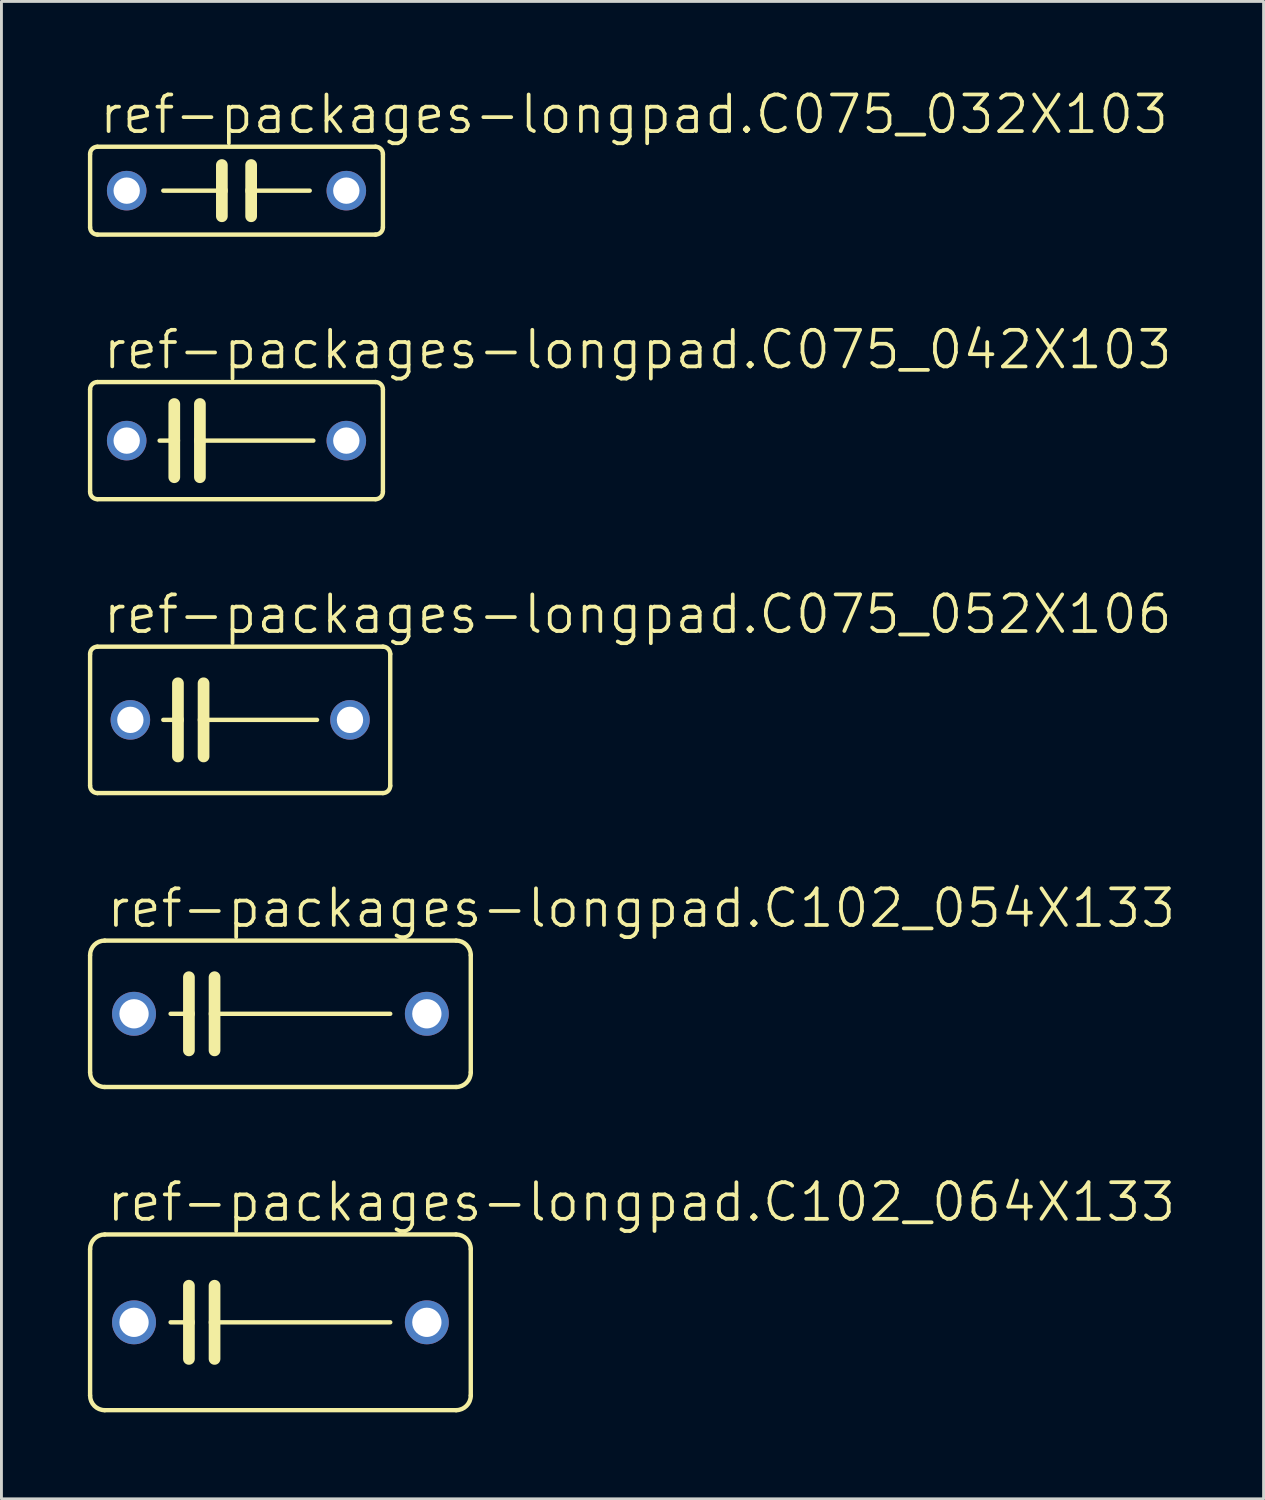
<source format=kicad_pcb>
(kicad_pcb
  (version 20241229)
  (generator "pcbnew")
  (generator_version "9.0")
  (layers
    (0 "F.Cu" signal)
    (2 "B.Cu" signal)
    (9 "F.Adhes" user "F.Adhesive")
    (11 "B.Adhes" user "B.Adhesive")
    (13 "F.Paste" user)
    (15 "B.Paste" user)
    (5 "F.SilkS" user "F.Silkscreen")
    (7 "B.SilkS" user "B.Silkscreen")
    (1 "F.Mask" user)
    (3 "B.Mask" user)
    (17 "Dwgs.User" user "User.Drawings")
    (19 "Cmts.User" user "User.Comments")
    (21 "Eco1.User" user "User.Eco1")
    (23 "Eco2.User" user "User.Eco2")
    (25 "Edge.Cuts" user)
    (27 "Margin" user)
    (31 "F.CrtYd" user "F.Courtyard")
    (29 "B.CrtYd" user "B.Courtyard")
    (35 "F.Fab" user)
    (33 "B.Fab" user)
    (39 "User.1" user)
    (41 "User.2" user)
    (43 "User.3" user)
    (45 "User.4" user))
  (footprint "ref-packages-longpad.C102_054X133"
    (layer "F.Cu")
    (at 6.68 32.125)
    (property "Reference" "ref-packages-longpad.C102_054X133" (at -6.096 -2.921 0) (layer "F.SilkS") (effects (font (size 1.27 1.27) (thickness 0.13)) (justify left bottom)))
    (attr through_hole)
    (fp_line (start -6.604 2.032) (end -6.604 -2.032) (stroke (width 0.152) (type default)) (layer "F.SilkS"))
    (fp_line (start -6.096 -2.54) (end 6.096 -2.54) (stroke (width 0.152) (type default)) (layer "F.SilkS"))
    (fp_line (start -3.81 0) (end -3.175 0) (stroke (width 0.152) (type default)) (layer "F.SilkS"))
    (fp_line (start -3.175 -1.27) (end -3.175 0) (stroke (width 0.406) (type default)) (layer "F.SilkS"))
    (fp_line (start -3.175 0) (end -3.175 1.27) (stroke (width 0.406) (type default)) (layer "F.SilkS"))
    (fp_line (start -2.286 -1.27) (end -2.286 0) (stroke (width 0.406) (type default)) (layer "F.SilkS"))
    (fp_line (start -2.286 0) (end -2.286 1.27) (stroke (width 0.406) (type default)) (layer "F.SilkS"))
    (fp_line (start 3.81 0) (end -2.286 0) (stroke (width 0.152) (type default)) (layer "F.SilkS"))
    (fp_line (start 6.096 2.54) (end -6.096 2.54) (stroke (width 0.152) (type default)) (layer "F.SilkS"))
    (fp_line (start 6.604 -2.032) (end 6.604 2.032) (stroke (width 0.152) (type default)) (layer "F.SilkS"))
    (fp_arc (start -6.604 -2.032) (mid -6.45521 -2.39121) (end -6.096 -2.54) (stroke (width 0.1524) (type default)) (layer "F.SilkS"))
    (fp_arc (start -6.096 2.54) (mid -6.45521 2.39121) (end -6.604 2.032) (stroke (width 0.1524) (type default)) (layer "F.SilkS"))
    (fp_arc (start 6.096 -2.54) (mid 6.45521 -2.39121) (end 6.604 -2.032) (stroke (width 0.1524) (type default)) (layer "F.SilkS"))
    (fp_arc (start 6.604 2.032) (mid 6.45521 2.39121) (end 6.096 2.54) (stroke (width 0.1524) (type default)) (layer "F.SilkS"))
    (pad "1" thru_hole circle (at -5.08 0) (size 1.524 1.524) (drill 1.016) (layers "*.Cu" "*.Mask"))
    (pad "2" thru_hole circle (at 5.08 0) (size 1.524 1.524) (drill 1.016) (layers "*.Cu" "*.Mask")))
  (footprint "ref-packages-longpad.C102_064X133"
    (layer "F.Cu")
    (at 6.68 42.83)
    (property "Reference" "ref-packages-longpad.C102_064X133" (at -6.096 -3.429 0) (layer "F.SilkS") (effects (font (size 1.27 1.27) (thickness 0.13)) (justify left bottom)))
    (attr through_hole)
    (fp_line (start -6.604 2.54) (end -6.604 -2.54) (stroke (width 0.152) (type default)) (layer "F.SilkS"))
    (fp_line (start -6.096 -3.048) (end 6.096 -3.048) (stroke (width 0.152) (type default)) (layer "F.SilkS"))
    (fp_line (start -3.81 0) (end -3.175 0) (stroke (width 0.152) (type default)) (layer "F.SilkS"))
    (fp_line (start -3.175 -1.27) (end -3.175 0) (stroke (width 0.406) (type default)) (layer "F.SilkS"))
    (fp_line (start -3.175 0) (end -3.175 1.27) (stroke (width 0.406) (type default)) (layer "F.SilkS"))
    (fp_line (start -2.286 -1.27) (end -2.286 0) (stroke (width 0.406) (type default)) (layer "F.SilkS"))
    (fp_line (start -2.286 0) (end -2.286 1.27) (stroke (width 0.406) (type default)) (layer "F.SilkS"))
    (fp_line (start 3.81 0) (end -2.286 0) (stroke (width 0.152) (type default)) (layer "F.SilkS"))
    (fp_line (start 6.096 3.048) (end -6.096 3.048) (stroke (width 0.152) (type default)) (layer "F.SilkS"))
    (fp_line (start 6.604 -2.54) (end 6.604 2.54) (stroke (width 0.152) (type default)) (layer "F.SilkS"))
    (fp_arc (start -6.604 -2.54) (mid -6.45521 -2.89921) (end -6.096 -3.048) (stroke (width 0.1524) (type default)) (layer "F.SilkS"))
    (fp_arc (start -6.096 3.048) (mid -6.45521 2.89921) (end -6.604 2.54) (stroke (width 0.1524) (type default)) (layer "F.SilkS"))
    (fp_arc (start 6.096 -3.048) (mid 6.45521 -2.89921) (end 6.604 -2.54) (stroke (width 0.1524) (type default)) (layer "F.SilkS"))
    (fp_arc (start 6.604 2.54) (mid 6.45521 2.89921) (end 6.096 3.048) (stroke (width 0.1524) (type default)) (layer "F.SilkS"))
    (pad "1" thru_hole circle (at -5.08 0) (size 1.524 1.524) (drill 1.016) (layers "*.Cu" "*.Mask"))
    (pad "2" thru_hole circle (at 5.08 0) (size 1.524 1.524) (drill 1.016) (layers "*.Cu" "*.Mask")))
  (footprint "ref-packages-longpad.C075_052X106"
    (layer "F.Cu")
    (at 5.283 21.927)
    (property "Reference" "ref-packages-longpad.C075_052X106" (at -4.826 -2.921 0) (layer "F.SilkS") (effects (font (size 1.27 1.27) (thickness 0.13)) (justify left bottom)))
    (attr through_hole)
    (fp_line (start -5.207 -2.286) (end -5.207 2.286) (stroke (width 0.152) (type default)) (layer "F.SilkS"))
    (fp_line (start -4.953 2.54) (end 4.953 2.54) (stroke (width 0.152) (type default)) (layer "F.SilkS"))
    (fp_line (start -2.667 0) (end -2.159 0) (stroke (width 0.152) (type default)) (layer "F.SilkS"))
    (fp_line (start -2.159 -1.27) (end -2.159 0) (stroke (width 0.406) (type default)) (layer "F.SilkS"))
    (fp_line (start -2.159 0) (end -2.159 1.27) (stroke (width 0.406) (type default)) (layer "F.SilkS"))
    (fp_line (start -1.27 -1.27) (end -1.27 0) (stroke (width 0.406) (type default)) (layer "F.SilkS"))
    (fp_line (start -1.27 0) (end -1.27 1.27) (stroke (width 0.406) (type default)) (layer "F.SilkS"))
    (fp_line (start -1.27 0) (end 2.667 0) (stroke (width 0.152) (type default)) (layer "F.SilkS"))
    (fp_line (start 4.953 -2.54) (end -4.953 -2.54) (stroke (width 0.152) (type default)) (layer "F.SilkS"))
    (fp_line (start 5.207 2.286) (end 5.207 -2.286) (stroke (width 0.152) (type default)) (layer "F.SilkS"))
    (fp_arc (start -5.207 -2.286) (mid -5.132605 -2.465605) (end -4.953 -2.54) (stroke (width 0.1524) (type default)) (layer "F.SilkS"))
    (fp_arc (start -4.953 2.54) (mid -5.132605 2.465605) (end -5.207 2.286) (stroke (width 0.1524) (type default)) (layer "F.SilkS"))
    (fp_arc (start 4.953 -2.54) (mid 5.132605 -2.465605) (end 5.207 -2.286) (stroke (width 0.1524) (type default)) (layer "F.SilkS"))
    (fp_arc (start 5.207 2.286) (mid 5.132605 2.465605) (end 4.953 2.54) (stroke (width 0.1524) (type default)) (layer "F.SilkS"))
    (pad "1" thru_hole circle (at -3.81 0) (size 1.372 1.372) (drill 0.914) (layers "*.Cu" "*.Mask"))
    (pad "2" thru_hole circle (at 3.81 0) (size 1.372 1.372) (drill 0.914) (layers "*.Cu" "*.Mask")))
  (footprint "ref-packages-longpad.C075_042X103"
    (layer "F.Cu")
    (at 5.156 12.238)
    (property "Reference" "ref-packages-longpad.C075_042X103" (at -4.699 -2.413 0) (layer "F.SilkS") (effects (font (size 1.27 1.27) (thickness 0.13)) (justify left bottom)))
    (attr through_hole)
    (fp_line (start -5.08 -1.778) (end -5.08 1.778) (stroke (width 0.152) (type default)) (layer "F.SilkS"))
    (fp_line (start -4.826 2.032) (end 4.826 2.032) (stroke (width 0.152) (type default)) (layer "F.SilkS"))
    (fp_line (start -2.667 0) (end -2.159 0) (stroke (width 0.152) (type default)) (layer "F.SilkS"))
    (fp_line (start -2.159 -1.27) (end -2.159 0) (stroke (width 0.406) (type default)) (layer "F.SilkS"))
    (fp_line (start -2.159 0) (end -2.159 1.27) (stroke (width 0.406) (type default)) (layer "F.SilkS"))
    (fp_line (start -1.27 -1.27) (end -1.27 0) (stroke (width 0.406) (type default)) (layer "F.SilkS"))
    (fp_line (start -1.27 0) (end -1.27 1.27) (stroke (width 0.406) (type default)) (layer "F.SilkS"))
    (fp_line (start -1.27 0) (end 2.667 0) (stroke (width 0.152) (type default)) (layer "F.SilkS"))
    (fp_line (start 4.826 -2.032) (end -4.826 -2.032) (stroke (width 0.152) (type default)) (layer "F.SilkS"))
    (fp_line (start 5.08 1.778) (end 5.08 -1.778) (stroke (width 0.152) (type default)) (layer "F.SilkS"))
    (fp_arc (start -5.08 -1.778) (mid -5.005605 -1.957605) (end -4.826 -2.032) (stroke (width 0.1524) (type default)) (layer "F.SilkS"))
    (fp_arc (start -4.826 2.032) (mid -5.005605 1.957605) (end -5.08 1.778) (stroke (width 0.1524) (type default)) (layer "F.SilkS"))
    (fp_arc (start 4.826 -2.032) (mid 5.005605 -1.957605) (end 5.08 -1.778) (stroke (width 0.1524) (type default)) (layer "F.SilkS"))
    (fp_arc (start 5.08 1.778) (mid 5.005605 1.957605) (end 4.826 2.032) (stroke (width 0.1524) (type default)) (layer "F.SilkS"))
    (pad "1" thru_hole circle (at -3.81 0) (size 1.372 1.372) (drill 0.914) (layers "*.Cu" "*.Mask"))
    (pad "2" thru_hole circle (at 3.81 0) (size 1.372 1.372) (drill 0.914) (layers "*.Cu" "*.Mask")))
  (footprint "ref-packages-longpad.C075_032X103"
    (layer "F.Cu")
    (at 5.156 3.565)
    (property "Reference" "ref-packages-longpad.C075_032X103" (at -4.826 -1.905 0) (layer "F.SilkS") (effects (font (size 1.27 1.27) (thickness 0.13)) (justify left bottom)))
    (attr through_hole)
    (fp_line (start -5.08 -1.27) (end -5.08 1.27) (stroke (width 0.152) (type default)) (layer "F.SilkS"))
    (fp_line (start -4.826 1.524) (end 4.826 1.524) (stroke (width 0.152) (type default)) (layer "F.SilkS"))
    (fp_line (start -2.54 0) (end -0.508 0) (stroke (width 0.152) (type default)) (layer "F.SilkS"))
    (fp_line (start -0.508 -0.889) (end -0.508 0) (stroke (width 0.406) (type default)) (layer "F.SilkS"))
    (fp_line (start -0.508 0) (end -0.508 0.889) (stroke (width 0.406) (type default)) (layer "F.SilkS"))
    (fp_line (start 0.508 -0.889) (end 0.508 0) (stroke (width 0.406) (type default)) (layer "F.SilkS"))
    (fp_line (start 0.508 0) (end 0.508 0.889) (stroke (width 0.406) (type default)) (layer "F.SilkS"))
    (fp_line (start 0.508 0) (end 2.54 0) (stroke (width 0.152) (type default)) (layer "F.SilkS"))
    (fp_line (start 4.826 -1.524) (end -4.826 -1.524) (stroke (width 0.152) (type default)) (layer "F.SilkS"))
    (fp_line (start 5.08 1.27) (end 5.08 -1.27) (stroke (width 0.152) (type default)) (layer "F.SilkS"))
    (fp_arc (start -5.08 -1.27) (mid -5.005605 -1.449605) (end -4.826 -1.524) (stroke (width 0.1524) (type default)) (layer "F.SilkS"))
    (fp_arc (start -4.826 1.524) (mid -5.005605 1.449605) (end -5.08 1.27) (stroke (width 0.1524) (type default)) (layer "F.SilkS"))
    (fp_arc (start 4.826 -1.524) (mid 5.005605 -1.449605) (end 5.08 -1.27) (stroke (width 0.1524) (type default)) (layer "F.SilkS"))
    (fp_arc (start 5.08 1.27) (mid 5.005605 1.449605) (end 4.826 1.524) (stroke (width 0.1524) (type default)) (layer "F.SilkS"))
    (pad "1" thru_hole circle (at -3.81 0) (size 1.372 1.372) (drill 0.914) (layers "*.Cu" "*.Mask"))
    (pad "2" thru_hole circle (at 3.81 0) (size 1.372 1.372) (drill 0.914) (layers "*.Cu" "*.Mask")))
  (gr_rect
    (start -3 -3)
    (end 40.792 48.954)
    (stroke (width 0.1) (type default))
    (fill no)
    (layer "Edge.Cuts")))
</source>
